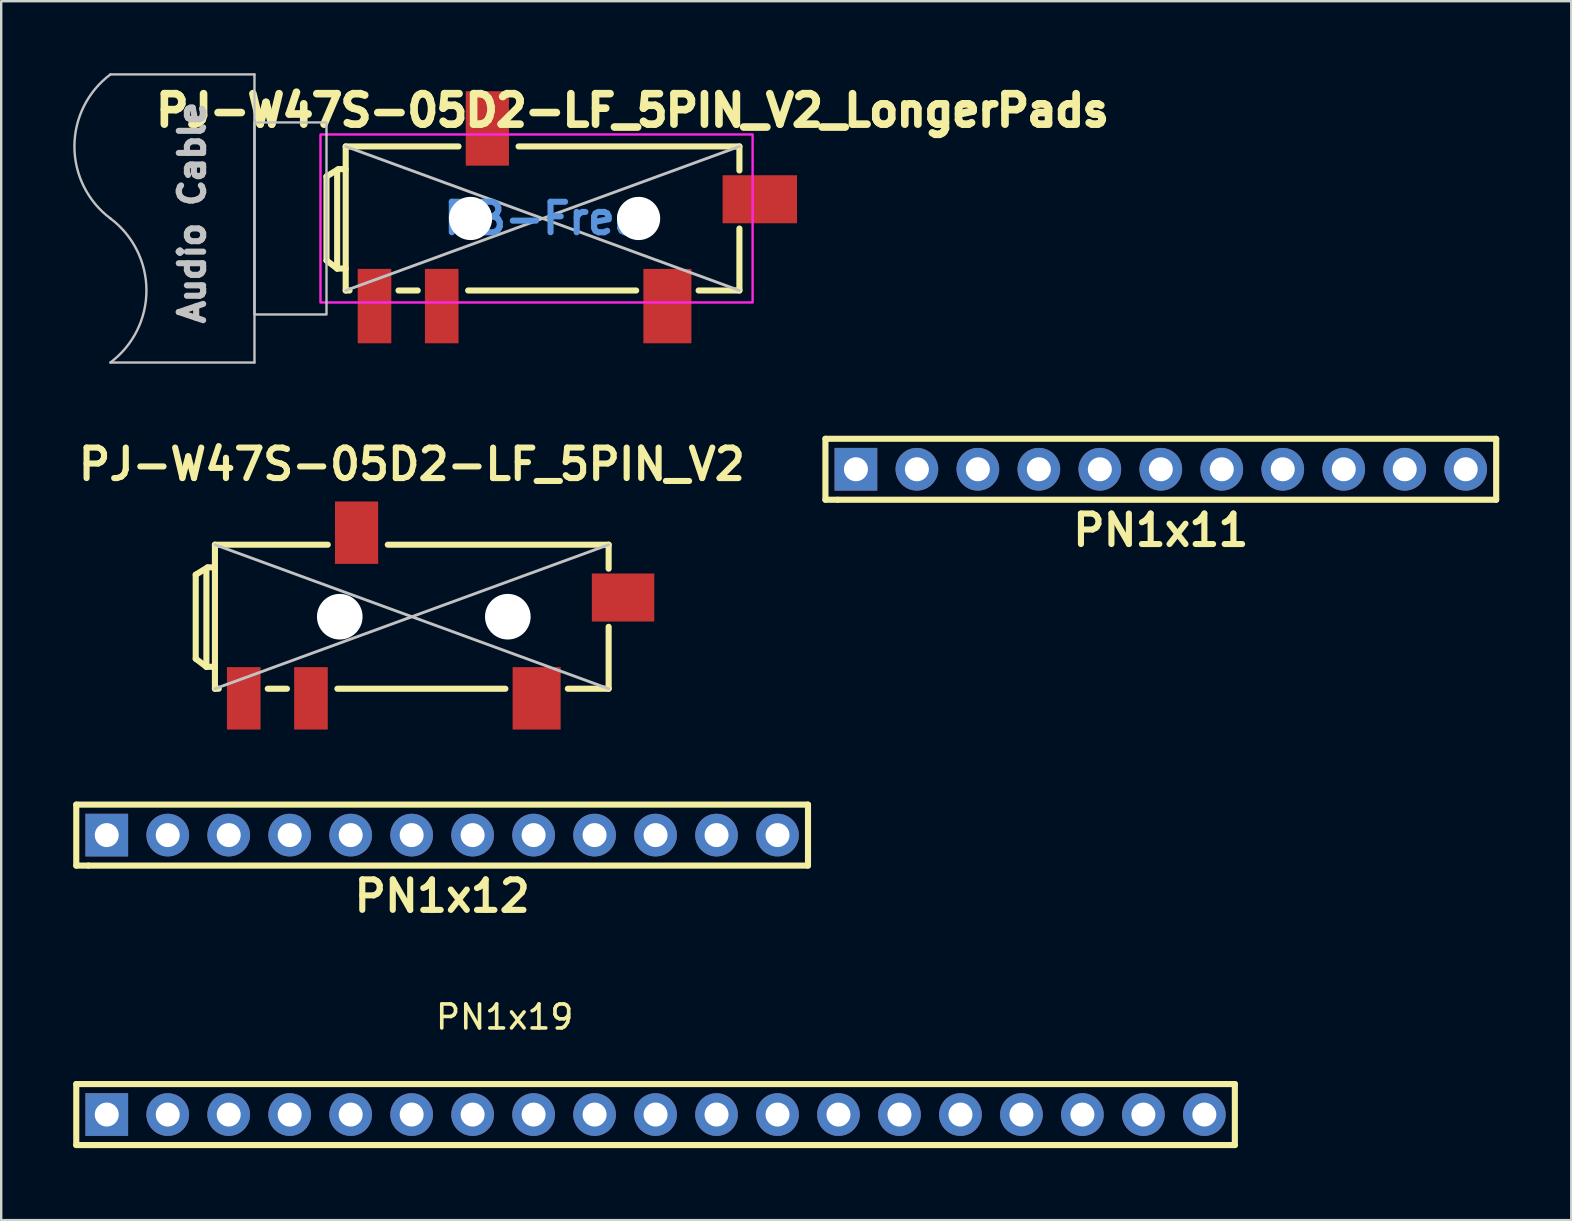
<source format=kicad_pcb>
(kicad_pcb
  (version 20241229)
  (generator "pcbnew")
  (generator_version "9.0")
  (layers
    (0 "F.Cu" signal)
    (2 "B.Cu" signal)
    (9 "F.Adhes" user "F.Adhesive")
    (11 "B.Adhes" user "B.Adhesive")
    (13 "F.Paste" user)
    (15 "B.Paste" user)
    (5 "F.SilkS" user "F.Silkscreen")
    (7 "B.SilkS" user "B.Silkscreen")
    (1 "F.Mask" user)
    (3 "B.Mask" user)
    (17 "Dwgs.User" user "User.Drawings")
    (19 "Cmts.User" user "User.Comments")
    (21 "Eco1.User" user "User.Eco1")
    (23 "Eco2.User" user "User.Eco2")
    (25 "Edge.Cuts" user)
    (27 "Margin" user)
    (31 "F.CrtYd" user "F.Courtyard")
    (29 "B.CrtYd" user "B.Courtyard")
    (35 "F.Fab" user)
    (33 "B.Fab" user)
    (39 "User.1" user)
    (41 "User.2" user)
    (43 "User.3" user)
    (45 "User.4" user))
  (footprint "PN1x19"
    (layer "F.Cu")
    (at 22.987 43.377)
    (property "Reference" "PN1x19" (at -5.016 -4.064 0) (layer "F.SilkS") (effects (font (size 1 1) (thickness 0.15))))
    (attr through_hole)
    (fp_line (start -22.86 -1.27) (end -22.86 1.27) (stroke (width 0.254) (type solid)) (layer "F.SilkS"))
    (fp_line (start -22.86 -1.27) (end 25.4 -1.27) (stroke (width 0.254) (type solid)) (layer "F.SilkS"))
    (fp_line (start -22.352 1.27) (end -22.86 1.27) (stroke (width 0.254) (type solid)) (layer "F.SilkS"))
    (fp_line (start 25.4 -1.27) (end 25.4 1.27) (stroke (width 0.254) (type solid)) (layer "F.SilkS"))
    (fp_line (start 25.4 1.27) (end -22.352 1.27) (stroke (width 0.254) (type solid)) (layer "F.SilkS"))
    (pad "1" thru_hole rect (at -21.59 0) (size 1.778 1.778) (drill 1) (layers "*.Cu" "*.Mask"))
    (pad "2" thru_hole circle (at -19.05 0) (size 1.778 1.778) (drill 1) (layers "*.Cu" "*.Mask"))
    (pad "3" thru_hole circle (at -16.51 0) (size 1.778 1.778) (drill 1) (layers "*.Cu" "*.Mask"))
    (pad "4" thru_hole circle (at -13.97 0) (size 1.778 1.778) (drill 1) (layers "*.Cu" "*.Mask"))
    (pad "5" thru_hole circle (at -11.43 0) (size 1.778 1.778) (drill 1) (layers "*.Cu" "*.Mask"))
    (pad "6" thru_hole circle (at -8.89 0) (size 1.778 1.778) (drill 1) (layers "*.Cu" "*.Mask"))
    (pad "7" thru_hole circle (at -6.35 0) (size 1.778 1.778) (drill 1) (layers "*.Cu" "*.Mask"))
    (pad "8" thru_hole circle (at -3.81 0) (size 1.778 1.778) (drill 1) (layers "*.Cu" "*.Mask"))
    (pad "9" thru_hole circle (at -1.27 0) (size 1.778 1.778) (drill 1) (layers "*.Cu" "*.Mask"))
    (pad "10" thru_hole circle (at 1.27 0) (size 1.778 1.778) (drill 1) (layers "*.Cu" "*.Mask"))
    (pad "11" thru_hole circle (at 3.81 0) (size 1.778 1.778) (drill 1) (layers "*.Cu" "*.Mask"))
    (pad "12" thru_hole circle (at 6.35 0) (size 1.778 1.778) (drill 1) (layers "*.Cu" "*.Mask"))
    (pad "13" thru_hole circle (at 8.89 0) (size 1.778 1.778) (drill 1) (layers "*.Cu" "*.Mask"))
    (pad "14" thru_hole circle (at 11.43 0) (size 1.778 1.778) (drill 1) (layers "*.Cu" "*.Mask"))
    (pad "15" thru_hole circle (at 13.97 0) (size 1.778 1.778) (drill 1) (layers "*.Cu" "*.Mask"))
    (pad "16" thru_hole circle (at 16.51 0) (size 1.778 1.778) (drill 1) (layers "*.Cu" "*.Mask"))
    (pad "17" thru_hole circle (at 19.05 0) (size 1.778 1.778) (drill 1) (layers "*.Cu" "*.Mask"))
    (pad "18" thru_hole circle (at 21.59 0) (size 1.778 1.778) (drill 1) (layers "*.Cu" "*.Mask"))
    (pad "19" thru_hole circle (at 24.13 0) (size 1.778 1.778) (drill 1) (layers "*.Cu" "*.Mask")))
  (footprint "PN1x11"
    (layer "F.Cu")
    (at 45.303 16.497)
    (property "Reference" "PN1x11" (at 0 2.54 0) (layer "F.SilkS") (effects (font (size 1.27 1.27) (thickness 0.254))))
    (attr through_hole)
    (fp_line (start -13.97 -1.27) (end -13.97 1.27) (stroke (width 0.254) (type solid)) (layer "F.SilkS"))
    (fp_line (start -13.97 -1.27) (end 13.97 -1.27) (stroke (width 0.254) (type solid)) (layer "F.SilkS"))
    (fp_line (start -13.462 1.27) (end -13.97 1.27) (stroke (width 0.254) (type solid)) (layer "F.SilkS"))
    (fp_line (start 13.97 -1.27) (end 13.97 1.27) (stroke (width 0.254) (type solid)) (layer "F.SilkS"))
    (fp_line (start 13.97 1.27) (end -13.462 1.27) (stroke (width 0.254) (type solid)) (layer "F.SilkS"))
    (pad "1" thru_hole rect (at -12.7 0) (size 1.778 1.778) (drill 1) (layers "*.Cu" "*.Mask"))
    (pad "2" thru_hole circle (at -10.16 0) (size 1.778 1.778) (drill 1) (layers "*.Cu" "*.Mask"))
    (pad "3" thru_hole circle (at -7.62 0) (size 1.778 1.778) (drill 1) (layers "*.Cu" "*.Mask"))
    (pad "4" thru_hole circle (at -5.08 0) (size 1.778 1.778) (drill 1) (layers "*.Cu" "*.Mask"))
    (pad "5" thru_hole circle (at -2.54 0) (size 1.778 1.778) (drill 1) (layers "*.Cu" "*.Mask"))
    (pad "6" thru_hole circle (at 0 0) (size 1.778 1.778) (drill 1) (layers "*.Cu" "*.Mask"))
    (pad "7" thru_hole circle (at 2.54 0) (size 1.778 1.778) (drill 1) (layers "*.Cu" "*.Mask"))
    (pad "8" thru_hole circle (at 5.08 0) (size 1.778 1.778) (drill 1) (layers "*.Cu" "*.Mask"))
    (pad "9" thru_hole circle (at 7.62 0) (size 1.778 1.778) (drill 1) (layers "*.Cu" "*.Mask"))
    (pad "10" thru_hole circle (at 10.16 0) (size 1.778 1.778) (drill 1) (layers "*.Cu" "*.Mask"))
    (pad "11" thru_hole circle (at 12.7 0) (size 1.778 1.778) (drill 1) (layers "*.Cu" "*.Mask")))
  (footprint "PN1x12"
    (layer "F.Cu")
    (at 15.367 31.736)
    (property "Reference" "PN1x12" (at 0 2.54 0) (layer "F.SilkS") (effects (font (size 1.27 1.27) (thickness 0.254))))
    (attr through_hole)
    (fp_line (start -15.24 -1.27) (end -15.24 1.27) (stroke (width 0.254) (type solid)) (layer "F.SilkS"))
    (fp_line (start -15.24 -1.27) (end 15.24 -1.27) (stroke (width 0.254) (type solid)) (layer "F.SilkS"))
    (fp_line (start -14.732 1.27) (end -15.24 1.27) (stroke (width 0.254) (type solid)) (layer "F.SilkS"))
    (fp_line (start 15.24 -1.27) (end 15.24 1.27) (stroke (width 0.254) (type solid)) (layer "F.SilkS"))
    (fp_line (start 15.24 1.27) (end -14.732 1.27) (stroke (width 0.254) (type solid)) (layer "F.SilkS"))
    (pad "1" thru_hole rect (at -13.97 0) (size 1.778 1.778) (drill 1) (layers "*.Cu" "*.Mask"))
    (pad "2" thru_hole circle (at -11.43 0) (size 1.778 1.778) (drill 1) (layers "*.Cu" "*.Mask"))
    (pad "3" thru_hole circle (at -8.89 0) (size 1.778 1.778) (drill 1) (layers "*.Cu" "*.Mask"))
    (pad "4" thru_hole circle (at -6.35 0) (size 1.778 1.778) (drill 1) (layers "*.Cu" "*.Mask"))
    (pad "5" thru_hole circle (at -3.81 0) (size 1.778 1.778) (drill 1) (layers "*.Cu" "*.Mask"))
    (pad "6" thru_hole circle (at -1.27 0) (size 1.778 1.778) (drill 1) (layers "*.Cu" "*.Mask"))
    (pad "7" thru_hole circle (at 1.27 0) (size 1.778 1.778) (drill 1) (layers "*.Cu" "*.Mask"))
    (pad "8" thru_hole circle (at 3.81 0) (size 1.778 1.778) (drill 1) (layers "*.Cu" "*.Mask"))
    (pad "9" thru_hole circle (at 6.35 0) (size 1.778 1.778) (drill 1) (layers "*.Cu" "*.Mask"))
    (pad "10" thru_hole circle (at 8.89 0) (size 1.778 1.778) (drill 1) (layers "*.Cu" "*.Mask"))
    (pad "11" thru_hole circle (at 11.43 0) (size 1.778 1.778) (drill 1) (layers "*.Cu" "*.Mask"))
    (pad "12" thru_hole circle (at 13.97 0) (size 1.778 1.778) (drill 1) (layers "*.Cu" "*.Mask")))
  (footprint "PJ-W47S-05D2-LF_5PIN_V2"
    (layer "F.Cu")
    (at 14.103 22.639)
    (property "Reference" "PJ-W47S-05D2-LF_5PIN_V2" (at 0 -6.35 0) (layer "F.SilkS") (effects (font (size 1.27 1.27) (thickness 0.254))))
    (attr smd)
    (fp_line (start -9 -1.75) (end -9 1.75) (stroke (width 0.254) (type solid)) (layer "F.SilkS"))
    (fp_line (start -9 1.75) (end -8.556 2.086) (stroke (width 0.254) (type solid)) (layer "F.SilkS"))
    (fp_line (start -8.556 -2.004) (end -8.556 2.086) (stroke (width 0.254) (type solid)) (layer "F.SilkS"))
    (fp_line (start -8.556 2.086) (end -8.2 2.086) (stroke (width 0.254) (type solid)) (layer "F.SilkS"))
    (fp_line (start -8.505 -2.055) (end -9 -1.75) (stroke (width 0.254) (type solid)) (layer "F.SilkS"))
    (fp_line (start -8.2 -3) (end -8.2 3) (stroke (width 0.254) (type solid)) (layer "F.SilkS"))
    (fp_line (start -8.2 -3) (end -3.5 -3) (stroke (width 0.254) (type solid)) (layer "F.SilkS"))
    (fp_line (start -8.2 -2.055) (end -8.505 -2.055) (stroke (width 0.254) (type solid)) (layer "F.SilkS"))
    (fp_line (start -8.2 3) (end -8.04 3) (stroke (width 0.254) (type solid)) (layer "F.SilkS"))
    (fp_line (start -6 3) (end -5.2 3) (stroke (width 0.254) (type solid)) (layer "F.SilkS"))
    (fp_line (start -3.1 3) (end 3.9 3) (stroke (width 0.254) (type solid)) (layer "F.SilkS"))
    (fp_line (start -1 -3) (end 8.2 -3) (stroke (width 0.254) (type solid)) (layer "F.SilkS"))
    (fp_line (start 6.5 3) (end 8.2 3) (stroke (width 0.254) (type solid)) (layer "F.SilkS"))
    (fp_line (start 8.2 -3) (end 8.2 -2) (stroke (width 0.254) (type solid)) (layer "F.SilkS"))
    (fp_line (start 8.2 0.42) (end 8.2 3) (stroke (width 0.254) (type solid)) (layer "F.SilkS"))
    (fp_line (start -8.2 -3) (end 8.2 3) (stroke (width 0.12) (type solid)) (layer "Dwgs.User"))
    (fp_line (start 8.2 -3) (end -8.2 3) (stroke (width 0.12) (type solid)) (layer "Dwgs.User"))
    (pad "" np_thru_hole circle (at -3 0) (size 1.9 1.9) (drill 1.9) (layers "*.Cu" "*.Mask"))
    (pad "" np_thru_hole circle (at 4 0) (size 1.9 1.9) (drill 1.9) (layers "*.Cu" "*.Mask"))
    (pad "1" smd rect (at -7 3.4) (size 1.4 2.6) (layers "F.Cu" "F.Mask" "F.Paste"))
    (pad "2" smd rect (at 5.2 3.4) (size 2 2.6) (layers "F.Cu" "F.Mask" "F.Paste"))
    (pad "3" smd rect (at -2.3 -3.5) (size 1.8 2.6) (layers "F.Cu" "F.Mask" "F.Paste"))
    (pad "4" smd rect (at 8.8 -0.8) (size 2.6 2) (layers "F.Cu" "F.Mask" "F.Paste"))
    (pad "5" smd rect (at -4.2 3.4) (size 1.4 2.6) (layers "F.Cu" "F.Mask" "F.Paste")))
  (footprint "PJ-W47S-05D2-LF_5PIN_V2_LongerPads"
    (layer "F.Cu")
    (at 19.55 6.05)
    (property "Reference" "PJ-W47S-05D2-LF_5PIN_V2_LongerPads" (at 3.75 -4.5 180) (layer "F.SilkS") (effects (font (size 1.27 1.27) (thickness 0.318) (bold yes))))
    (attr smd)
    (fp_line (start -9 -1.75) (end -9 1.75) (stroke (width 0.254) (type solid)) (layer "F.SilkS"))
    (fp_line (start -9 1.75) (end -8.556 2.086) (stroke (width 0.254) (type solid)) (layer "F.SilkS"))
    (fp_line (start -8.556 -2.004) (end -8.556 2.086) (stroke (width 0.254) (type solid)) (layer "F.SilkS"))
    (fp_line (start -8.556 2.086) (end -8.2 2.086) (stroke (width 0.254) (type solid)) (layer "F.SilkS"))
    (fp_line (start -8.505 -2.055) (end -9 -1.75) (stroke (width 0.254) (type solid)) (layer "F.SilkS"))
    (fp_line (start -8.2 -3) (end -8.2 3) (stroke (width 0.254) (type solid)) (layer "F.SilkS"))
    (fp_line (start -8.2 -3) (end -3.5 -3) (stroke (width 0.254) (type solid)) (layer "F.SilkS"))
    (fp_line (start -8.2 -2.055) (end -8.505 -2.055) (stroke (width 0.254) (type solid)) (layer "F.SilkS"))
    (fp_line (start -8.2 3) (end -8.04 3) (stroke (width 0.254) (type solid)) (layer "F.SilkS"))
    (fp_line (start -6 3) (end -5.2 3) (stroke (width 0.254) (type solid)) (layer "F.SilkS"))
    (fp_line (start -3.1 3) (end 3.9 3) (stroke (width 0.254) (type solid)) (layer "F.SilkS"))
    (fp_line (start -1 -3) (end 8.2 -3) (stroke (width 0.254) (type solid)) (layer "F.SilkS"))
    (fp_line (start 6.5 3) (end 8.2 3) (stroke (width 0.254) (type solid)) (layer "F.SilkS"))
    (fp_line (start 8.2 -3) (end 8.2 -2) (stroke (width 0.254) (type solid)) (layer "F.SilkS"))
    (fp_line (start 8.2 0.42) (end 8.2 3) (stroke (width 0.254) (type solid)) (layer "F.SilkS"))
    (fp_line (start -18 -6) (end -12 -6) (stroke (width 0.1) (type default)) (layer "Dwgs.User"))
    (fp_line (start -12 -6) (end -12 6) (stroke (width 0.1) (type default)) (layer "Dwgs.User"))
    (fp_line (start -12 6) (end -18 6) (stroke (width 0.1) (type default)) (layer "Dwgs.User"))
    (fp_line (start -8.2 -3) (end 8.2 3) (stroke (width 0.12) (type solid)) (layer "Dwgs.User"))
    (fp_line (start 8.2 -3) (end -8.2 3) (stroke (width 0.12) (type solid)) (layer "Dwgs.User"))
    (fp_rect (start -9 -4) (end -12 4) (stroke (width 0.1) (type default)) (fill no) (layer "Dwgs.User"))
    (fp_arc (start -18 0) (mid -19.5 -3) (end -18 -6) (stroke (width 0.1) (type default)) (layer "Dwgs.User"))
    (fp_arc (start -18 0) (mid -16.5 3) (end -18 6) (stroke (width 0.1) (type default)) (layer "Dwgs.User"))
    (fp_rect (start -9.25 -3.5) (end 8.75 3.5) (stroke (width 0.1) (type default)) (fill no) (layer "F.CrtYd"))
    (fp_text user "Audio Cable" (at -14 4.5 90) (unlocked yes) (layer "Dwgs.User") (effects (font (size 1.016 1.016) (thickness 0.254) (bold yes)) (justify left bottom)))
    (fp_text user "PB-Free" (at 0 0 180) (layer "Cmts.User") (effects (font (size 1.27 1.27) (thickness 0.254) (bold yes))))
    (pad "" smd rect (at -7 3.65) (size 2 3.7) (layers "F.Paste"))
    (pad "" smd rect (at -4.2 3.65) (size 2 3.7) (layers "F.Paste"))
    (pad "" np_thru_hole circle (at -3 0) (size 1.8 1.8) (drill 1.8) (layers "*.Cu" "*.Mask"))
    (pad "" smd rect (at -2.3 -3.75) (size 2.4 3.7) (layers "F.Paste"))
    (pad "" np_thru_hole circle (at 4 0) (size 1.8 1.8) (drill 1.8) (layers "*.Cu" "*.Mask"))
    (pad "" smd rect (at 5.2 3.65) (size 2.6 3.7) (layers "F.Paste"))
    (pad "" smd rect (at 8.75 -1) (size 3.7 2.6) (layers "F.Paste"))
    (pad "1" smd rect (at -7 3.65) (size 1.4 3.1) (layers "F.Cu" "F.Mask"))
    (pad "2" smd rect (at 5.2 3.65) (size 2 3.1) (layers "F.Cu" "F.Mask"))
    (pad "3" smd rect (at -2.3 -3.75) (size 1.8 3.1) (layers "F.Cu" "F.Mask"))
    (pad "4" smd rect (at 9.05 -0.8) (size 3.1 2) (layers "F.Cu" "F.Mask"))
    (pad "5" smd rect (at -4.2 3.65) (size 1.4 3.1) (layers "F.Cu" "F.Mask")))
  (gr_rect
    (start -3 -3)
    (end 62.4 47.774)
    (stroke (width 0.1) (type default))
    (fill no)
    (layer "Edge.Cuts")))
</source>
